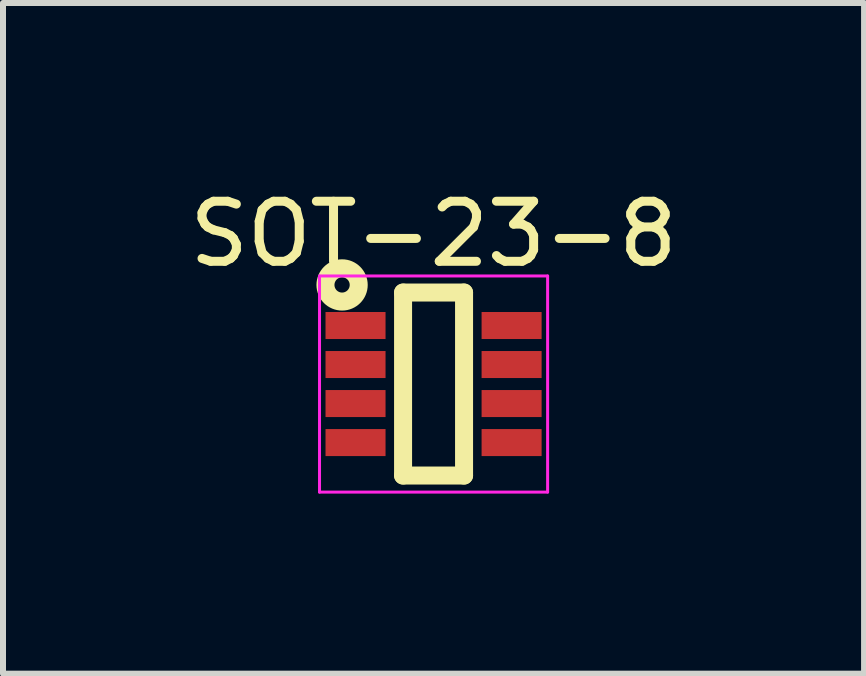
<source format=kicad_pcb>
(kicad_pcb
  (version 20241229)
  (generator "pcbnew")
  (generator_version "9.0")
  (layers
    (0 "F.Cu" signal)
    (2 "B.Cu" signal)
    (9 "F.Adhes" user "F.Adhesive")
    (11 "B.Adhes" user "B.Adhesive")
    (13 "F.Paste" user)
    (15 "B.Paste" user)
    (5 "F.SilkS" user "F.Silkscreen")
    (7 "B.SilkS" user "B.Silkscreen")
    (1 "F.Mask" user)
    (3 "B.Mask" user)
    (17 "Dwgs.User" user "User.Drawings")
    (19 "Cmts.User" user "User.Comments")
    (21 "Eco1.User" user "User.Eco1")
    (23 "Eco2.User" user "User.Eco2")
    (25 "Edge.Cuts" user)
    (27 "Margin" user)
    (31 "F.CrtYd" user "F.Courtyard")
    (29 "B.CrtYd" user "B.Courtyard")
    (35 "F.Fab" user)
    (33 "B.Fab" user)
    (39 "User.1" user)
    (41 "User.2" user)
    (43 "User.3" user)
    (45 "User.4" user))
  (footprint "SOT-23-8"
    (layer "F.Cu")
    (at 4.173 3.348)
    (property "Reference" "SOT-23-8" (at 0 -2.5 0) (layer "F.SilkS") (effects (font (size 1 1) (thickness 0.15))))
    (attr smd)
    (fp_line (start -0.508 -1.524) (end 0.508 -1.524) (stroke (width 0.3) (type solid)) (layer "F.SilkS"))
    (fp_line (start -0.508 1.524) (end -0.508 -1.524) (stroke (width 0.3) (type solid)) (layer "F.SilkS"))
    (fp_line (start 0.508 -1.524) (end 0.508 1.524) (stroke (width 0.3) (type solid)) (layer "F.SilkS"))
    (fp_line (start 0.508 1.524) (end -0.508 1.524) (stroke (width 0.3) (type solid)) (layer "F.SilkS"))
    (fp_circle (center -1.524 -1.651) (end -1.397 -1.651) (stroke (width 0.3) (type solid)) (fill no) (layer "F.SilkS"))
    (fp_line (start -1.9 -1.8) (end -1.9 1.8) (stroke (width 0.05) (type solid)) (layer "F.CrtYd"))
    (fp_line (start -1.9 1.8) (end 1.9 1.8) (stroke (width 0.05) (type solid)) (layer "F.CrtYd"))
    (fp_line (start 1.9 -1.8) (end -1.9 -1.8) (stroke (width 0.05) (type solid)) (layer "F.CrtYd"))
    (fp_line (start 1.9 1.8) (end 1.9 -1.8) (stroke (width 0.05) (type solid)) (layer "F.CrtYd"))
    (pad "1" smd rect (at -1.3 -0.975) (size 1 0.45) (layers "F.Cu" "F.Mask" "F.Paste"))
    (pad "2" smd rect (at -1.3 -0.325) (size 1 0.45) (layers "F.Cu" "F.Mask" "F.Paste"))
    (pad "3" smd rect (at -1.3 0.325) (size 1 0.45) (layers "F.Cu" "F.Mask" "F.Paste"))
    (pad "4" smd rect (at -1.3 0.975) (size 1 0.45) (layers "F.Cu" "F.Mask" "F.Paste"))
    (pad "5" smd rect (at 1.3 0.975) (size 1 0.45) (layers "F.Cu" "F.Mask" "F.Paste"))
    (pad "6" smd rect (at 1.3 0.325) (size 1 0.45) (layers "F.Cu" "F.Mask" "F.Paste"))
    (pad "7" smd rect (at 1.3 -0.325) (size 1 0.45) (layers "F.Cu" "F.Mask" "F.Paste"))
    (pad "8" smd rect (at 1.3 -0.975) (size 1 0.45) (layers "F.Cu" "F.Mask" "F.Paste")))
  (gr_rect
    (start -3 -3)
    (end 11.345 8.173)
    (stroke (width 0.1) (type default))
    (fill no)
    (layer "Edge.Cuts")))
</source>
